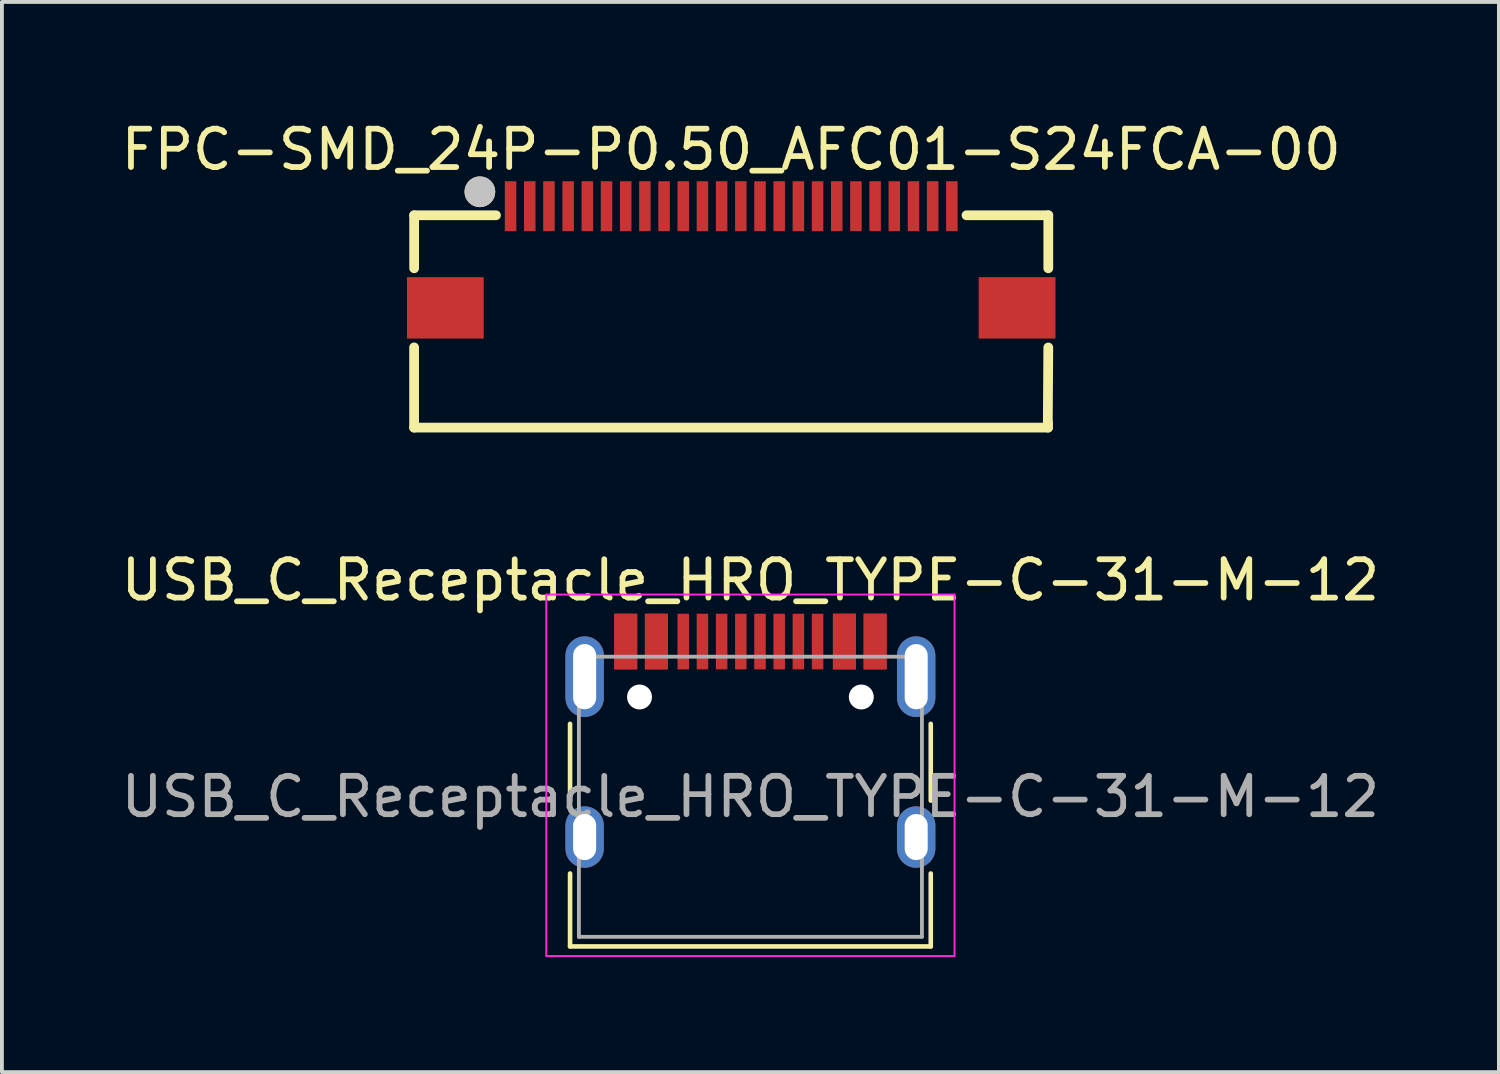
<source format=kicad_pcb>
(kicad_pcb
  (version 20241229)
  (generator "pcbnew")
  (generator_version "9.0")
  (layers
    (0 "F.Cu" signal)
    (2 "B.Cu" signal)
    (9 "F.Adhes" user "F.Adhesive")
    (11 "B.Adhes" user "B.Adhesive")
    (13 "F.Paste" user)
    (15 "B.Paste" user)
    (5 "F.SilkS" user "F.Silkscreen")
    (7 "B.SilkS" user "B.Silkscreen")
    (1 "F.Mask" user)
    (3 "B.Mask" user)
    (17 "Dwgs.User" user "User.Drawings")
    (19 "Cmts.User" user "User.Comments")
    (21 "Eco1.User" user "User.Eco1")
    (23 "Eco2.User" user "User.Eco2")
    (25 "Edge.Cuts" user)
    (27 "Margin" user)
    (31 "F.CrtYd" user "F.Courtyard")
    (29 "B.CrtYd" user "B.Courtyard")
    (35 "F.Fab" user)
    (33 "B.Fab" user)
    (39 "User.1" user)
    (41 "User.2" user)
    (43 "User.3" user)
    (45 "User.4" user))
  (footprint "FPC-SMD_24P-P0.50_AFC01-S24FCA-00"
    (layer "F.Cu")
    (at 16.006 3.648)
    (property "Reference" "FPC-SMD_24P-P0.50_AFC01-S24FCA-00" (at 0 -2.8 0) (unlocked yes) (layer "F.SilkS") (effects (font (size 1 1) (thickness 0.15))))
    (attr smd)
    (fp_line (start -8.264 2.355) (end -8.264 4.446) (stroke (width 0.254) (type default)) (layer "F.SilkS"))
    (fp_line (start -8.264 4.446) (end 8.256 4.446) (stroke (width 0.254) (type default)) (layer "F.SilkS"))
    (fp_line (start -8.263 -1.088) (end -8.263 0.294) (stroke (width 0.254) (type default)) (layer "F.SilkS"))
    (fp_line (start -6.131 -1.088) (end -8.263 -1.088) (stroke (width 0.254) (type default)) (layer "F.SilkS"))
    (fp_line (start 8.25 4.35) (end 8.263 2.357) (stroke (width 0.254) (type default)) (layer "F.SilkS"))
    (fp_line (start 8.256 4.446) (end 8.256 4.319) (stroke (width 0.254) (type default)) (layer "F.SilkS"))
    (fp_line (start 8.263 -1.088) (end 6.131 -1.088) (stroke (width 0.254) (type default)) (layer "F.SilkS"))
    (fp_line (start 8.263 0.294) (end 8.263 -1.088) (stroke (width 0.254) (type default)) (layer "F.SilkS"))
    (fp_circle (center -6.55 -1.7) (end -6.35 -1.7) (stroke (width 0.4) (type default)) (fill no) (layer "F.SilkS"))
    (fp_circle (center -6.55 -1.7) (end -6.35 -1.7) (stroke (width 0.4) (type default)) (fill no) (layer "Dwgs.User"))
    (fp_poly (pts (xy -6.7 0.825) (xy -6.7 1.825) (xy -8.2 1.825) (xy -8.2 0.825)) (stroke (width 0.1) (type default)) (fill no) (layer "User.1"))
    (fp_poly (pts (xy -5.65 -0.955) (xy -5.85 -0.955) (xy -5.85 -1.705) (xy -5.65 -1.705)) (stroke (width 0.1) (type default)) (fill no) (layer "User.1"))
    (fp_poly (pts (xy -5.15 -0.955) (xy -5.35 -0.955) (xy -5.35 -1.705) (xy -5.15 -1.705)) (stroke (width 0.1) (type default)) (fill no) (layer "User.1"))
    (fp_poly (pts (xy -4.65 -0.955) (xy -4.85 -0.955) (xy -4.85 -1.705) (xy -4.65 -1.705)) (stroke (width 0.1) (type default)) (fill no) (layer "User.1"))
    (fp_poly (pts (xy -4.15 -0.955) (xy -4.35 -0.955) (xy -4.35 -1.705) (xy -4.15 -1.705)) (stroke (width 0.1) (type default)) (fill no) (layer "User.1"))
    (fp_poly (pts (xy -3.65 -0.955) (xy -3.85 -0.955) (xy -3.85 -1.705) (xy -3.65 -1.705)) (stroke (width 0.1) (type default)) (fill no) (layer "User.1"))
    (fp_poly (pts (xy -3.15 -0.955) (xy -3.35 -0.955) (xy -3.35 -1.705) (xy -3.15 -1.705)) (stroke (width 0.1) (type default)) (fill no) (layer "User.1"))
    (fp_poly (pts (xy -2.65 -0.955) (xy -2.85 -0.955) (xy -2.85 -1.705) (xy -2.65 -1.705)) (stroke (width 0.1) (type default)) (fill no) (layer "User.1"))
    (fp_poly (pts (xy -2.15 -0.955) (xy -2.35 -0.955) (xy -2.35 -1.705) (xy -2.15 -1.705)) (stroke (width 0.1) (type default)) (fill no) (layer "User.1"))
    (fp_poly (pts (xy -1.65 -0.955) (xy -1.85 -0.955) (xy -1.85 -1.705) (xy -1.65 -1.705)) (stroke (width 0.1) (type default)) (fill no) (layer "User.1"))
    (fp_poly (pts (xy -1.15 -0.955) (xy -1.35 -0.955) (xy -1.35 -1.705) (xy -1.15 -1.705)) (stroke (width 0.1) (type default)) (fill no) (layer "User.1"))
    (fp_poly (pts (xy -0.65 -0.955) (xy -0.85 -0.955) (xy -0.85 -1.705) (xy -0.65 -1.705)) (stroke (width 0.1) (type default)) (fill no) (layer "User.1"))
    (fp_poly (pts (xy -0.15 -0.955) (xy -0.35 -0.955) (xy -0.35 -1.705) (xy -0.15 -1.705)) (stroke (width 0.1) (type default)) (fill no) (layer "User.1"))
    (fp_poly (pts (xy 0.35 -0.955) (xy 0.15 -0.955) (xy 0.15 -1.705) (xy 0.35 -1.705)) (stroke (width 0.1) (type default)) (fill no) (layer "User.1"))
    (fp_poly (pts (xy 0.85 -0.955) (xy 0.65 -0.955) (xy 0.65 -1.705) (xy 0.85 -1.705)) (stroke (width 0.1) (type default)) (fill no) (layer "User.1"))
    (fp_poly (pts (xy 1.35 -0.955) (xy 1.15 -0.955) (xy 1.15 -1.705) (xy 1.35 -1.705)) (stroke (width 0.1) (type default)) (fill no) (layer "User.1"))
    (fp_poly (pts (xy 1.85 -0.955) (xy 1.65 -0.955) (xy 1.65 -1.705) (xy 1.85 -1.705)) (stroke (width 0.1) (type default)) (fill no) (layer "User.1"))
    (fp_poly (pts (xy 2.35 -0.955) (xy 2.15 -0.955) (xy 2.15 -1.705) (xy 2.35 -1.705)) (stroke (width 0.1) (type default)) (fill no) (layer "User.1"))
    (fp_poly (pts (xy 2.85 -0.955) (xy 2.65 -0.955) (xy 2.65 -1.705) (xy 2.85 -1.705)) (stroke (width 0.1) (type default)) (fill no) (layer "User.1"))
    (fp_poly (pts (xy 3.35 -0.955) (xy 3.15 -0.955) (xy 3.15 -1.705) (xy 3.35 -1.705)) (stroke (width 0.1) (type default)) (fill no) (layer "User.1"))
    (fp_poly (pts (xy 3.85 -0.955) (xy 3.65 -0.955) (xy 3.65 -1.705) (xy 3.85 -1.705)) (stroke (width 0.1) (type default)) (fill no) (layer "User.1"))
    (fp_poly (pts (xy 4.35 -0.955) (xy 4.15 -0.955) (xy 4.15 -1.705) (xy 4.35 -1.705)) (stroke (width 0.1) (type default)) (fill no) (layer "User.1"))
    (fp_poly (pts (xy 4.85 -0.955) (xy 4.65 -0.955) (xy 4.65 -1.705) (xy 4.85 -1.705)) (stroke (width 0.1) (type default)) (fill no) (layer "User.1"))
    (fp_poly (pts (xy 5.35 -0.955) (xy 5.15 -0.955) (xy 5.15 -1.705) (xy 5.35 -1.705)) (stroke (width 0.1) (type default)) (fill no) (layer "User.1"))
    (fp_poly (pts (xy 5.85 -0.955) (xy 5.65 -0.955) (xy 5.65 -1.705) (xy 5.85 -1.705)) (stroke (width 0.1) (type default)) (fill no) (layer "User.1"))
    (fp_poly (pts (xy 8.2 0.825) (xy 8.2 1.825) (xy 6.7 1.825) (xy 6.7 0.825)) (stroke (width 0.1) (type default)) (fill no) (layer "User.1"))
    (fp_line (start -8.2 -1.005) (end 8.2 -1.005) (stroke (width 0.051) (type default)) (layer "User.2"))
    (fp_line (start -8.2 4.395) (end -8.2 -1.005) (stroke (width 0.051) (type default)) (layer "User.2"))
    (fp_line (start 8.2 -1.005) (end 8.2 4.395) (stroke (width 0.051) (type default)) (layer "User.2"))
    (fp_line (start 8.2 4.395) (end -8.2 4.395) (stroke (width 0.051) (type default)) (layer "User.2"))
    (fp_poly (pts (xy -8.14 -1.705) (xy -8.158 -1.747) (xy -8.2 -1.765) (xy -8.242 -1.747) (xy -8.26 -1.705) (xy -8.242 -1.663) (xy -8.2 -1.645) (xy -8.158 -1.663)) (stroke (width 0.1) (type default)) (fill no) (layer "User.3"))
    (pad "1" smd rect (at -5.75 -1.325 180) (size 0.3 1.3) (layers "F.Cu" "F.Mask" "F.Paste"))
    (pad "2" smd rect (at -5.25 -1.325 180) (size 0.3 1.3) (layers "F.Cu" "F.Mask" "F.Paste"))
    (pad "3" smd rect (at -4.75 -1.325 180) (size 0.3 1.3) (layers "F.Cu" "F.Mask" "F.Paste"))
    (pad "4" smd rect (at -4.25 -1.325 180) (size 0.3 1.3) (layers "F.Cu" "F.Mask" "F.Paste"))
    (pad "5" smd rect (at -3.75 -1.325 180) (size 0.3 1.3) (layers "F.Cu" "F.Mask" "F.Paste"))
    (pad "6" smd rect (at -3.25 -1.325 180) (size 0.3 1.3) (layers "F.Cu" "F.Mask" "F.Paste"))
    (pad "7" smd rect (at -2.75 -1.325 180) (size 0.3 1.3) (layers "F.Cu" "F.Mask" "F.Paste"))
    (pad "8" smd rect (at -2.25 -1.325 180) (size 0.3 1.3) (layers "F.Cu" "F.Mask" "F.Paste"))
    (pad "9" smd rect (at -1.75 -1.325 180) (size 0.3 1.3) (layers "F.Cu" "F.Mask" "F.Paste"))
    (pad "10" smd rect (at -1.25 -1.325 180) (size 0.3 1.3) (layers "F.Cu" "F.Mask" "F.Paste"))
    (pad "11" smd rect (at -0.75 -1.325 180) (size 0.3 1.3) (layers "F.Cu" "F.Mask" "F.Paste"))
    (pad "12" smd rect (at -0.25 -1.325 180) (size 0.3 1.3) (layers "F.Cu" "F.Mask" "F.Paste"))
    (pad "13" smd rect (at 0.25 -1.325 180) (size 0.3 1.3) (layers "F.Cu" "F.Mask" "F.Paste"))
    (pad "14" smd rect (at 0.75 -1.325 180) (size 0.3 1.3) (layers "F.Cu" "F.Mask" "F.Paste"))
    (pad "15" smd rect (at 1.25 -1.325 180) (size 0.3 1.3) (layers "F.Cu" "F.Mask" "F.Paste"))
    (pad "16" smd rect (at 1.75 -1.325 180) (size 0.3 1.3) (layers "F.Cu" "F.Mask" "F.Paste"))
    (pad "17" smd rect (at 2.25 -1.325 180) (size 0.3 1.3) (layers "F.Cu" "F.Mask" "F.Paste"))
    (pad "18" smd rect (at 2.75 -1.325 180) (size 0.3 1.3) (layers "F.Cu" "F.Mask" "F.Paste"))
    (pad "19" smd rect (at 3.25 -1.325 180) (size 0.3 1.3) (layers "F.Cu" "F.Mask" "F.Paste"))
    (pad "20" smd rect (at 3.75 -1.325 180) (size 0.3 1.3) (layers "F.Cu" "F.Mask" "F.Paste"))
    (pad "21" smd rect (at 4.25 -1.325 180) (size 0.3 1.3) (layers "F.Cu" "F.Mask" "F.Paste"))
    (pad "22" smd rect (at 4.75 -1.325 180) (size 0.3 1.3) (layers "F.Cu" "F.Mask" "F.Paste"))
    (pad "23" smd rect (at 5.25 -1.325 180) (size 0.3 1.3) (layers "F.Cu" "F.Mask" "F.Paste"))
    (pad "24" smd rect (at 5.75 -1.325 180) (size 0.3 1.3) (layers "F.Cu" "F.Mask" "F.Paste"))
    (pad "25" smd rect (at 7.45 1.325 90) (size 1.6 2) (layers "F.Cu" "F.Mask" "F.Paste"))
    (pad "26" smd rect (at -7.45 1.325 90) (size 1.6 2) (layers "F.Cu" "F.Mask" "F.Paste")))
  (footprint "USB_C_Receptacle_HRO_TYPE-C-31-M-12"
    (layer "F.Cu")
    (at 16.506 17.714)
    (property "Reference" "USB_C_Receptacle_HRO_TYPE-C-31-M-12" (at 0 -5.645 0) (layer "F.SilkS") (effects (font (size 1 1) (thickness 0.15))))
    (attr smd)
    (fp_line (start -4.7 -1.9) (end -4.7 0.1) (stroke (width 0.12) (type solid)) (layer "F.SilkS"))
    (fp_line (start -4.7 2) (end -4.7 3.9) (stroke (width 0.12) (type solid)) (layer "F.SilkS"))
    (fp_line (start -4.7 3.9) (end 4.7 3.9) (stroke (width 0.12) (type solid)) (layer "F.SilkS"))
    (fp_line (start 4.7 -1.9) (end 4.7 0.1) (stroke (width 0.12) (type solid)) (layer "F.SilkS"))
    (fp_line (start 4.7 2) (end 4.7 3.9) (stroke (width 0.12) (type solid)) (layer "F.SilkS"))
    (fp_line (start -5.32 -5.27) (end -5.32 4.15) (stroke (width 0.05) (type solid)) (layer "F.CrtYd"))
    (fp_line (start -5.32 -5.27) (end 5.32 -5.27) (stroke (width 0.05) (type solid)) (layer "F.CrtYd"))
    (fp_line (start -5.32 4.15) (end 5.32 4.15) (stroke (width 0.05) (type solid)) (layer "F.CrtYd"))
    (fp_line (start 5.32 -5.27) (end 5.32 4.15) (stroke (width 0.05) (type solid)) (layer "F.CrtYd"))
    (fp_line (start -4.47 -3.65) (end -4.47 3.65) (stroke (width 0.1) (type solid)) (layer "F.Fab"))
    (fp_line (start -4.47 -3.65) (end 4.47 -3.65) (stroke (width 0.1) (type solid)) (layer "F.Fab"))
    (fp_line (start -4.47 3.65) (end 4.47 3.65) (stroke (width 0.1) (type solid)) (layer "F.Fab"))
    (fp_line (start 4.47 -3.65) (end 4.47 3.65) (stroke (width 0.1) (type solid)) (layer "F.Fab"))
    (fp_text user "${REFERENCE}" (at 0 0 0) (layer "F.Fab") (effects (font (size 1 1) (thickness 0.15))))
    (pad "" np_thru_hole circle (at -2.89 -2.6) (size 0.65 0.65) (drill 0.65) (layers "*.Cu" "*.Mask"))
    (pad "" np_thru_hole circle (at 2.89 -2.6) (size 0.65 0.65) (drill 0.65) (layers "*.Cu" "*.Mask"))
    (pad "A1" smd rect (at -3.25 -4.045) (size 0.6 1.45) (layers "F.Cu" "F.Mask" "F.Paste"))
    (pad "A4" smd rect (at -2.45 -4.045) (size 0.6 1.45) (layers "F.Cu" "F.Mask" "F.Paste"))
    (pad "A5" smd rect (at -1.25 -4.045) (size 0.3 1.45) (layers "F.Cu" "F.Mask" "F.Paste"))
    (pad "A6" smd rect (at -0.25 -4.045) (size 0.3 1.45) (layers "F.Cu" "F.Mask" "F.Paste"))
    (pad "A7" smd rect (at 0.25 -4.045) (size 0.3 1.45) (layers "F.Cu" "F.Mask" "F.Paste"))
    (pad "A8" smd rect (at 1.25 -4.045) (size 0.3 1.45) (layers "F.Cu" "F.Mask" "F.Paste"))
    (pad "A9" smd rect (at 2.45 -4.045) (size 0.6 1.45) (layers "F.Cu" "F.Mask" "F.Paste"))
    (pad "A12" smd rect (at 3.25 -4.045) (size 0.6 1.45) (layers "F.Cu" "F.Mask" "F.Paste"))
    (pad "B1" smd rect (at 3.25 -4.045) (size 0.6 1.45) (layers "F.Cu" "F.Mask" "F.Paste"))
    (pad "B4" smd rect (at 2.45 -4.045) (size 0.6 1.45) (layers "F.Cu" "F.Mask" "F.Paste"))
    (pad "B5" smd rect (at 1.75 -4.045) (size 0.3 1.45) (layers "F.Cu" "F.Mask" "F.Paste"))
    (pad "B6" smd rect (at 0.75 -4.045) (size 0.3 1.45) (layers "F.Cu" "F.Mask" "F.Paste"))
    (pad "B7" smd rect (at -0.75 -4.045) (size 0.3 1.45) (layers "F.Cu" "F.Mask" "F.Paste"))
    (pad "B8" smd rect (at -1.75 -4.045) (size 0.3 1.45) (layers "F.Cu" "F.Mask" "F.Paste"))
    (pad "B9" smd rect (at -2.45 -4.045) (size 0.6 1.45) (layers "F.Cu" "F.Mask" "F.Paste"))
    (pad "B12" smd rect (at -3.25 -4.045) (size 0.6 1.45) (layers "F.Cu" "F.Mask" "F.Paste"))
    (pad "S1" thru_hole oval (at -4.32 -3.13) (size 1 2.1) (drill oval 0.6 1.7) (layers "*.Cu" "*.Mask"))
    (pad "S1" thru_hole oval (at -4.32 1.05) (size 1 1.6) (drill oval 0.6 1.2) (layers "*.Cu" "*.Mask"))
    (pad "S1" thru_hole oval (at 4.32 -3.13) (size 1 2.1) (drill oval 0.6 1.7) (layers "*.Cu" "*.Mask"))
    (pad "S1" thru_hole oval (at 4.32 1.05) (size 1 1.6) (drill oval 0.6 1.2) (layers "*.Cu" "*.Mask")))
  (gr_rect
    (start -3 -3)
    (end 36.012 24.889)
    (stroke (width 0.1) (type default))
    (fill no)
    (layer "Edge.Cuts")))
</source>
